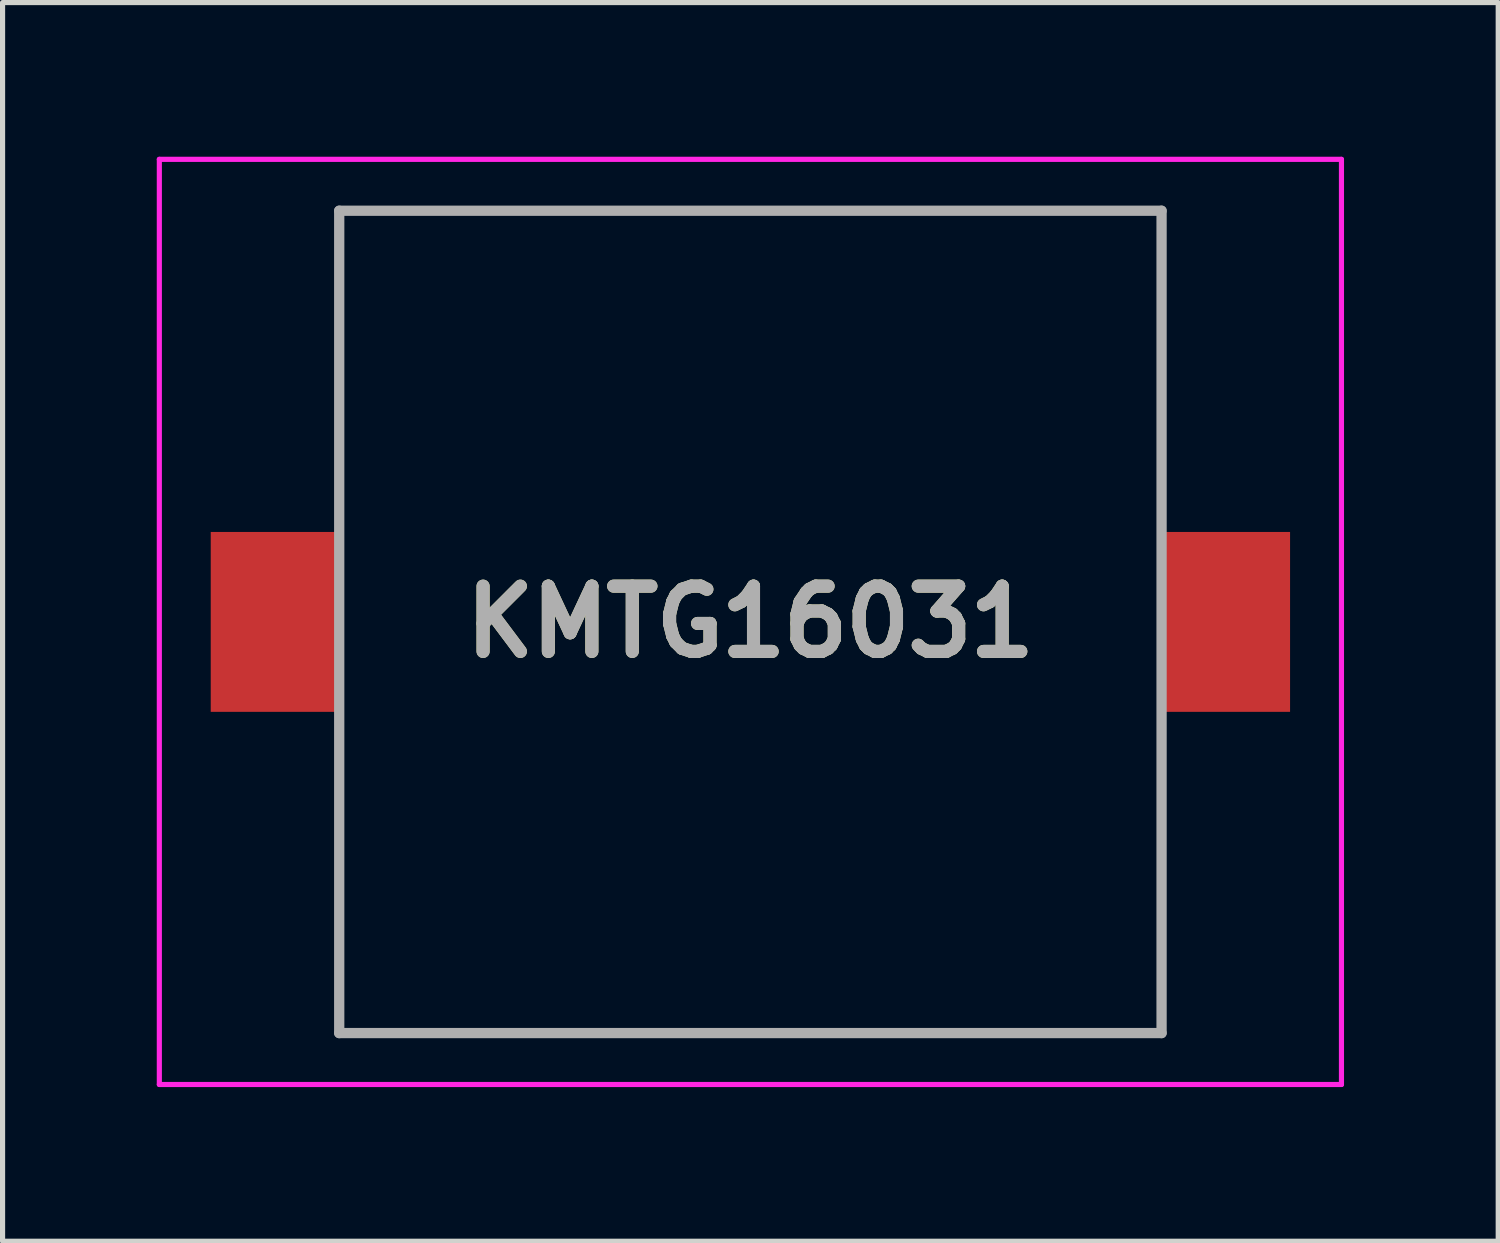
<source format=kicad_pcb>
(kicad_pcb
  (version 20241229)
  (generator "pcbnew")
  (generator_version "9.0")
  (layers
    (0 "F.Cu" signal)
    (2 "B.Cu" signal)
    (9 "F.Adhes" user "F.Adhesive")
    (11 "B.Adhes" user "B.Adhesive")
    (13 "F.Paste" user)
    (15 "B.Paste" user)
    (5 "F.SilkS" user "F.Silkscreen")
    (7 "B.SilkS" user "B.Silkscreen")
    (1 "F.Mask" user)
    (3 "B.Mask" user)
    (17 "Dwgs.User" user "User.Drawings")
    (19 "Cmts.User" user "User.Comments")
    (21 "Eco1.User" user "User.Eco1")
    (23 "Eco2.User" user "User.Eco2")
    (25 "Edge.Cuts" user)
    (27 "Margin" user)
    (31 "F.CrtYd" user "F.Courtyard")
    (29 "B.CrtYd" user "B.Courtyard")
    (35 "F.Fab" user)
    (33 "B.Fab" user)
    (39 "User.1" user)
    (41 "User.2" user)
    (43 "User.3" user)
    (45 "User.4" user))
  (footprint "KMTG16031"
    (layer "F.Cu")
    (at 11.55 9.05)
    (property "Reference" "KMTG16031" (at 0 0 0) (layer "F.SilkS") (effects (font (size 1.27 1.27) (thickness 0.254))))
    (attr smd)
    (fp_line (start -8 -8) (end 8 -8) (stroke (width 0.1) (type solid)) (layer "F.SilkS"))
    (fp_line (start -8 -2.54) (end -8 -8) (stroke (width 0.1) (type solid)) (layer "F.SilkS"))
    (fp_line (start -8 2.54) (end -8 8) (stroke (width 0.1) (type solid)) (layer "F.SilkS"))
    (fp_line (start -8 8) (end 7.62 8) (stroke (width 0.1) (type solid)) (layer "F.SilkS"))
    (fp_line (start 7.62 8) (end 8 8) (stroke (width 0.1) (type solid)) (layer "F.SilkS"))
    (fp_line (start 8 -8) (end 8 -2.54) (stroke (width 0.1) (type solid)) (layer "F.SilkS"))
    (fp_line (start 8 8) (end 8 2.54) (stroke (width 0.1) (type solid)) (layer "F.SilkS"))
    (fp_line (start -11.5 -9) (end 11.5 -9) (stroke (width 0.1) (type solid)) (layer "F.CrtYd"))
    (fp_line (start -11.5 9) (end -11.5 -9) (stroke (width 0.1) (type solid)) (layer "F.CrtYd"))
    (fp_line (start 11.5 -9) (end 11.5 9) (stroke (width 0.1) (type solid)) (layer "F.CrtYd"))
    (fp_line (start 11.5 9) (end -11.5 9) (stroke (width 0.1) (type solid)) (layer "F.CrtYd"))
    (fp_line (start -8 -8) (end 8 -8) (stroke (width 0.2) (type solid)) (layer "F.Fab"))
    (fp_line (start -8 8) (end -8 -8) (stroke (width 0.2) (type solid)) (layer "F.Fab"))
    (fp_line (start 8 -8) (end 8 8) (stroke (width 0.2) (type solid)) (layer "F.Fab"))
    (fp_line (start 8 8) (end -8 8) (stroke (width 0.2) (type solid)) (layer "F.Fab"))
    (fp_text user "${REFERENCE}" (at 0 0 0) (layer "F.Fab") (effects (font (size 1.27 1.27) (thickness 0.254))))
    (pad "1" smd rect (at -9.25 0) (size 2.5 3.5) (layers "F.Cu" "F.Mask" "F.Paste"))
    (pad "2" smd rect (at 9.25 0) (size 2.5 3.5) (layers "F.Cu" "F.Mask" "F.Paste")))
  (gr_rect
    (start -3 -3)
    (end 26.1 21.1)
    (stroke (width 0.1) (type default))
    (fill no)
    (layer "Edge.Cuts")))
</source>
